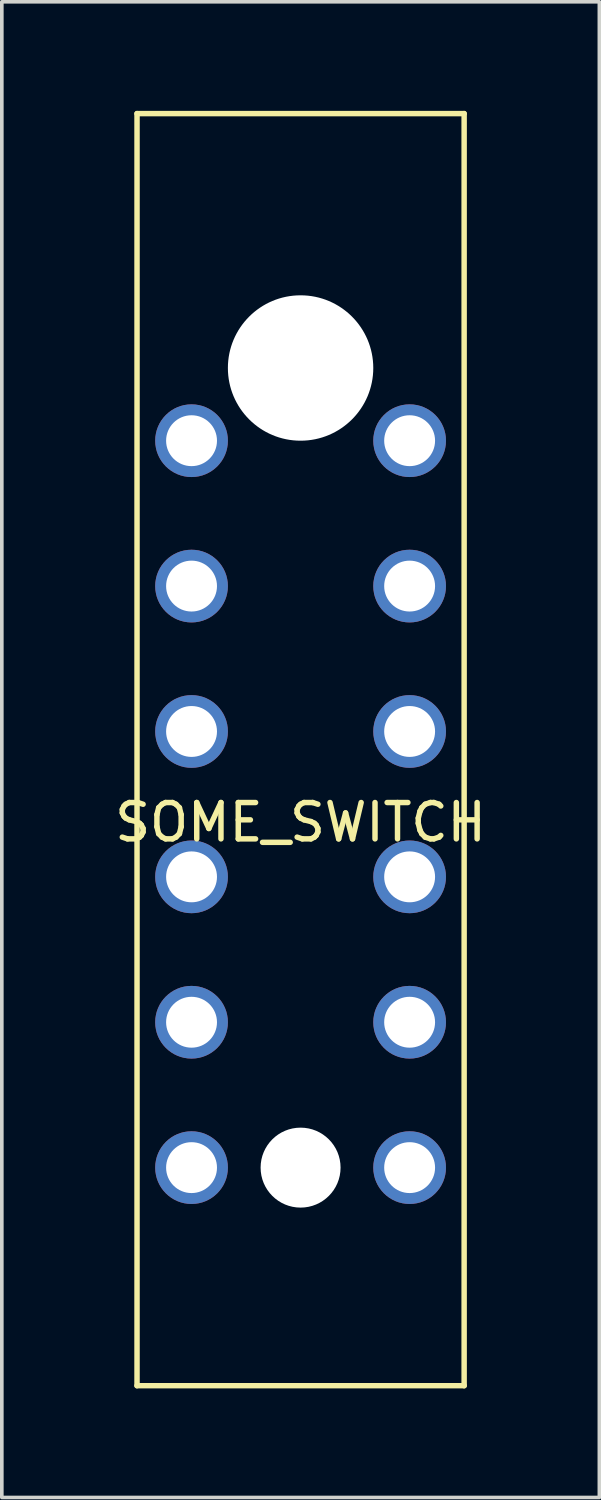
<source format=kicad_pcb>
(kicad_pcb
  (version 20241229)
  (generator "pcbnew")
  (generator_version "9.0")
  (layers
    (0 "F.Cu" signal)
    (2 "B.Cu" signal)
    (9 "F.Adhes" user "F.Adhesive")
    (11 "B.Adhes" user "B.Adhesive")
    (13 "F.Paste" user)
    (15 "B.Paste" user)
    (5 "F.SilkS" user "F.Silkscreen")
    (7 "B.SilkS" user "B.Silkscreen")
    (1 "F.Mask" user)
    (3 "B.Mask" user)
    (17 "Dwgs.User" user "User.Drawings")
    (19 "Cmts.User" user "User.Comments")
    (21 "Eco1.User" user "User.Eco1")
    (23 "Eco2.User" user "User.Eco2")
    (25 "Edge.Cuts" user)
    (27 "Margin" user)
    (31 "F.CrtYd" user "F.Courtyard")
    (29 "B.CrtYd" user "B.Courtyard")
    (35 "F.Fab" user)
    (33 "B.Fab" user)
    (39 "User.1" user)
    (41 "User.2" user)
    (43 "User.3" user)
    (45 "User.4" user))
  (footprint "SOME_SWITCH"
    (layer "F.Cu")
    (at 5.22 19.075)
    (property "Reference" "SOME_SWITCH" (at 0 0.5 0) (layer "F.SilkS") (effects (font (size 1 1) (thickness 0.15))))
    (attr through_hole)
    (fp_line (start -4.5 -19) (end 4.5 -19) (stroke (width 0.15) (type solid)) (layer "F.SilkS"))
    (fp_line (start -4.5 16) (end -4.5 -19) (stroke (width 0.15) (type solid)) (layer "F.SilkS"))
    (fp_line (start 4.5 -19) (end 4.5 16) (stroke (width 0.15) (type solid)) (layer "F.SilkS"))
    (fp_line (start 4.5 16) (end -4.5 16) (stroke (width 0.15) (type solid)) (layer "F.SilkS"))
    (pad "" np_thru_hole circle (at 0 -12) (size 4 4) (drill 4) (layers "*.Cu" "*.Mask"))
    (pad "" np_thru_hole circle (at 0 10) (size 2.2 2.2) (drill 2.2) (layers "*.Cu" "*.Mask"))
    (pad "1" thru_hole circle (at -3 10) (size 2 2) (drill 1.4) (layers "*.Cu" "*.Mask"))
    (pad "2" thru_hole circle (at -3 6) (size 2 2) (drill 1.4) (layers "*.Cu" "*.Mask"))
    (pad "3" thru_hole circle (at -3 2) (size 2 2) (drill 1.4) (layers "*.Cu" "*.Mask"))
    (pad "4" thru_hole circle (at -3 -2) (size 2 2) (drill 1.4) (layers "*.Cu" "*.Mask"))
    (pad "5" thru_hole circle (at -3 -6) (size 2 2) (drill 1.4) (layers "*.Cu" "*.Mask"))
    (pad "6" thru_hole circle (at -3 -10) (size 2 2) (drill 1.4) (layers "*.Cu" "*.Mask"))
    (pad "7" thru_hole circle (at 3 -10) (size 2 2) (drill 1.4) (layers "*.Cu" "*.Mask"))
    (pad "8" thru_hole circle (at 3 -6) (size 2 2) (drill 1.4) (layers "*.Cu" "*.Mask"))
    (pad "9" thru_hole circle (at 3 -2) (size 2 2) (drill 1.4) (layers "*.Cu" "*.Mask"))
    (pad "10" thru_hole circle (at 3 2) (size 2 2) (drill 1.4) (layers "*.Cu" "*.Mask"))
    (pad "11" thru_hole circle (at 3 6) (size 2 2) (drill 1.4) (layers "*.Cu" "*.Mask"))
    (pad "12" thru_hole circle (at 3 10) (size 2 2) (drill 1.4) (layers "*.Cu" "*.Mask")))
  (gr_rect
    (start -3 -3)
    (end 13.44 38.15)
    (stroke (width 0.1) (type default))
    (fill no)
    (layer "Edge.Cuts")))
</source>
